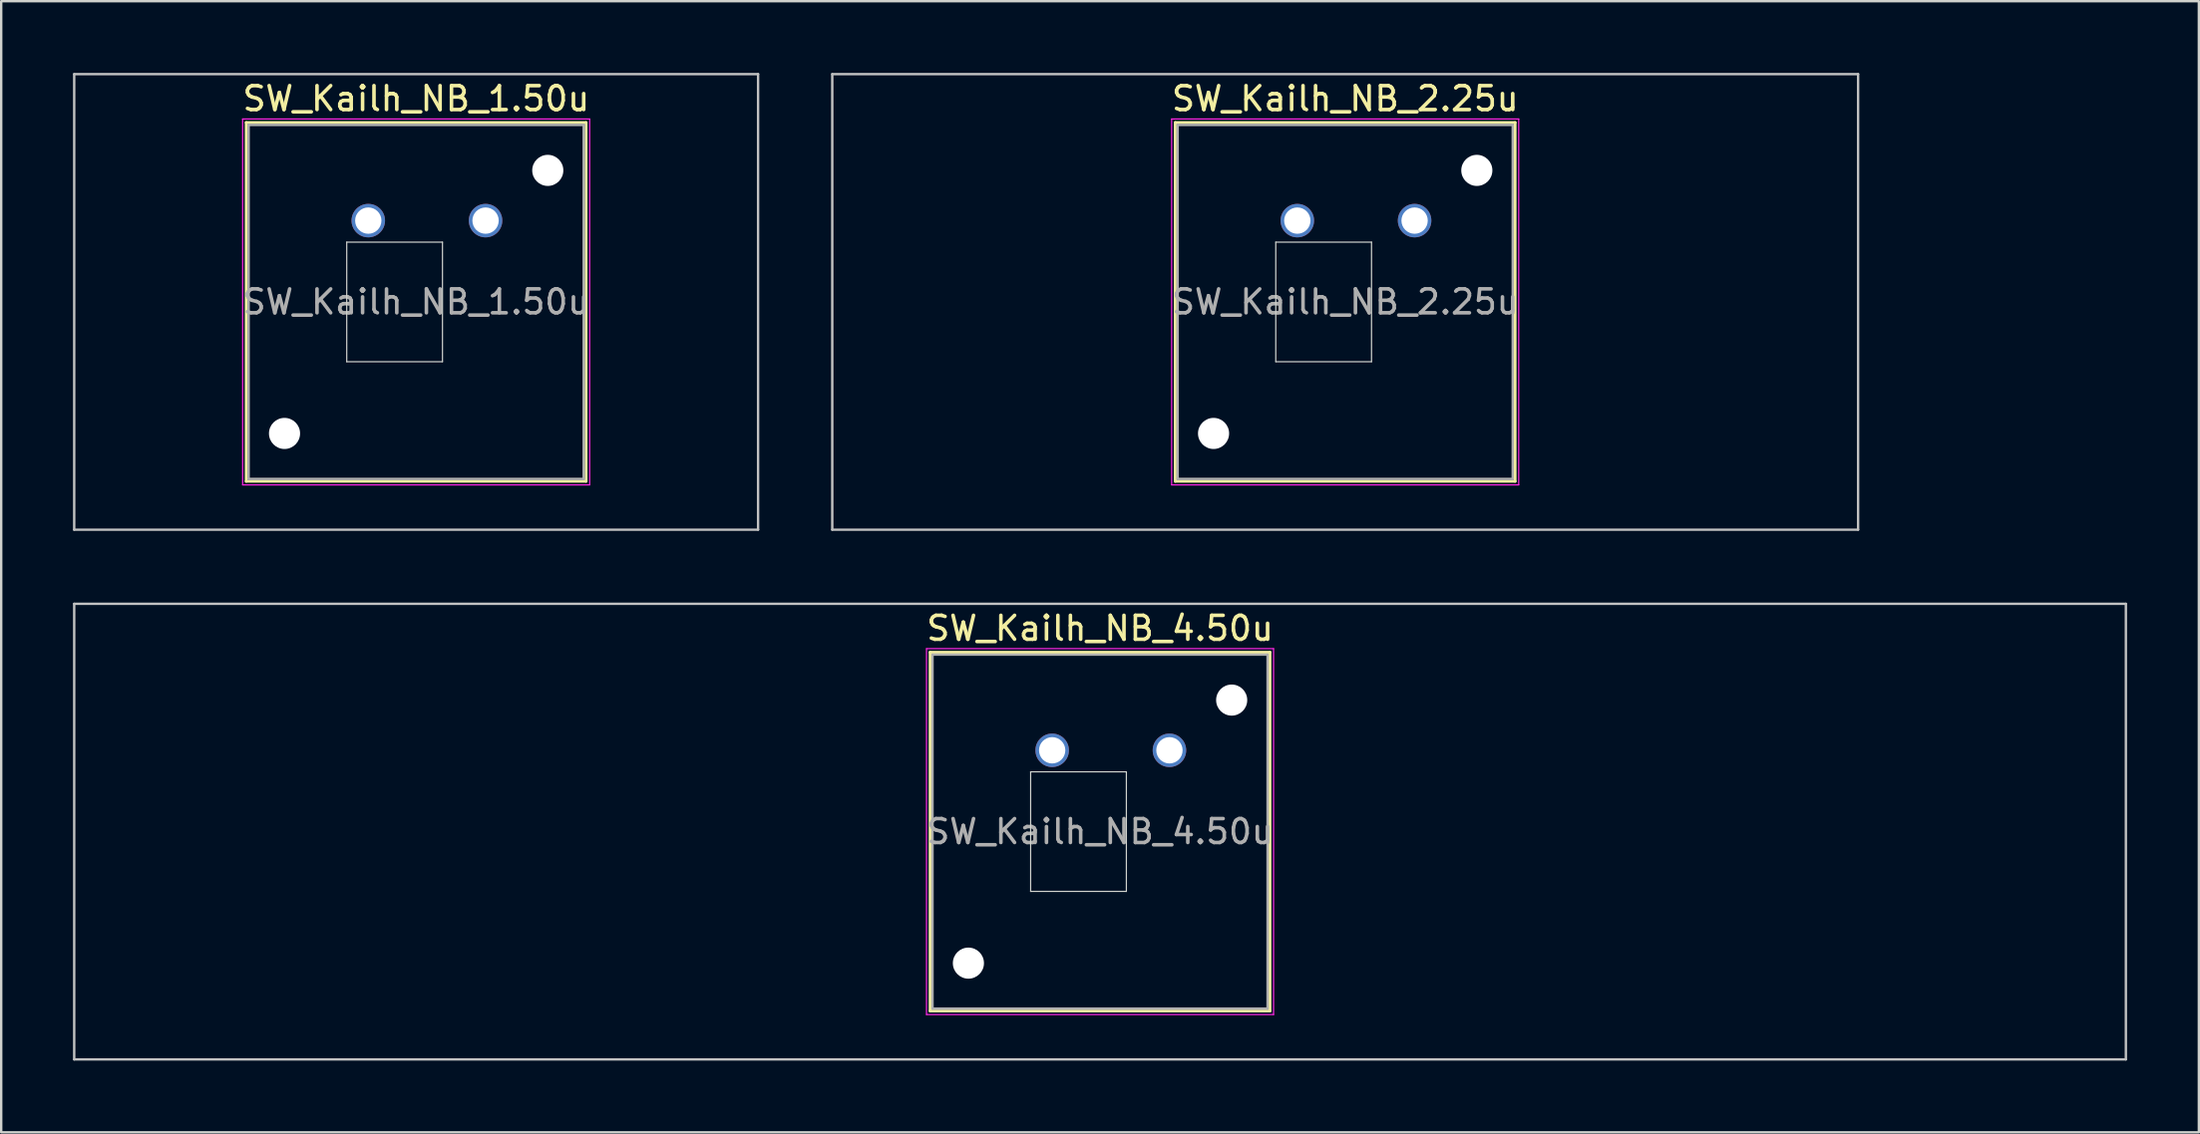
<source format=kicad_pcb>
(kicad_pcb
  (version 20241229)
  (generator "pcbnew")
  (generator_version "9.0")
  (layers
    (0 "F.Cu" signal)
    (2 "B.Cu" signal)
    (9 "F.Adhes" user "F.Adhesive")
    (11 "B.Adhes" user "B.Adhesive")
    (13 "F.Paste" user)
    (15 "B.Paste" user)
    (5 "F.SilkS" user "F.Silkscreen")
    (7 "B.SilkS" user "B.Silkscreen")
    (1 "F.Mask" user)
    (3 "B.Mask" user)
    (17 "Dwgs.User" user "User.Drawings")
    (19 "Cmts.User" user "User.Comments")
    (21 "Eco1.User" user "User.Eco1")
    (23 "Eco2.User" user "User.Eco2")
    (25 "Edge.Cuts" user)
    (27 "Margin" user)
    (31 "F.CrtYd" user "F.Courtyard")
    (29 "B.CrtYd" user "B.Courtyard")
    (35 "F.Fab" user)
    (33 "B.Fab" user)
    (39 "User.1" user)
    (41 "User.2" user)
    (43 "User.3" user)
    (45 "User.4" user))
  (footprint "SW_Kailh_NB_4.50u"
    (layer "F.Cu")
    (at 42.913 31.725)
    (property "Reference" "SW_Kailh_NB_4.50u" (at 0 -8.5 0) (layer "F.SilkS") (effects (font (size 1 1) (thickness 0.15))))
    (attr through_hole)
    (fp_line (start -7.1 -7.5) (end -7.1 7.5) (stroke (width 0.12) (type solid)) (layer "F.SilkS"))
    (fp_line (start -7.1 7.5) (end 7.1 7.5) (stroke (width 0.12) (type solid)) (layer "F.SilkS"))
    (fp_line (start 7.1 -7.5) (end -7.1 -7.5) (stroke (width 0.12) (type solid)) (layer "F.SilkS"))
    (fp_line (start 7.1 7.5) (end 7.1 -7.5) (stroke (width 0.12) (type solid)) (layer "F.SilkS"))
    (fp_line (start -42.862 -9.525) (end -42.862 9.525) (stroke (width 0.1) (type solid)) (layer "Dwgs.User"))
    (fp_line (start -42.862 9.525) (end 42.862 9.525) (stroke (width 0.1) (type solid)) (layer "Dwgs.User"))
    (fp_line (start 42.862 -9.525) (end -42.862 -9.525) (stroke (width 0.1) (type solid)) (layer "Dwgs.User"))
    (fp_line (start 42.862 9.525) (end 42.862 -9.525) (stroke (width 0.1) (type solid)) (layer "Dwgs.User"))
    (fp_line (start -8 -8) (end -8 8) (stroke (width 0.1) (type solid)) (layer "Eco1.User"))
    (fp_line (start -8 8) (end 8 8) (stroke (width 0.1) (type solid)) (layer "Eco1.User"))
    (fp_line (start 8 -8) (end -8 -8) (stroke (width 0.1) (type solid)) (layer "Eco1.User"))
    (fp_line (start 8 8) (end 8 -8) (stroke (width 0.1) (type solid)) (layer "Eco1.User"))
    (fp_line (start -2.9 -2.5) (end 1.1 -2.5) (stroke (width 0.05) (type solid)) (layer "Edge.Cuts"))
    (fp_line (start -2.9 2.5) (end -2.9 -2.5) (stroke (width 0.05) (type solid)) (layer "Edge.Cuts"))
    (fp_line (start 1.1 -2.5) (end 1.1 2.5) (stroke (width 0.05) (type solid)) (layer "Edge.Cuts"))
    (fp_line (start 1.1 2.5) (end -2.9 2.5) (stroke (width 0.05) (type solid)) (layer "Edge.Cuts"))
    (fp_line (start -7.25 -7.65) (end -7.25 7.65) (stroke (width 0.05) (type solid)) (layer "F.CrtYd"))
    (fp_line (start -7.25 7.65) (end 7.25 7.65) (stroke (width 0.05) (type solid)) (layer "F.CrtYd"))
    (fp_line (start 7.25 -7.65) (end -7.25 -7.65) (stroke (width 0.05) (type solid)) (layer "F.CrtYd"))
    (fp_line (start 7.25 7.65) (end 7.25 -7.65) (stroke (width 0.05) (type solid)) (layer "F.CrtYd"))
    (fp_line (start -7 -7.4) (end -7 7.4) (stroke (width 0.1) (type solid)) (layer "F.Fab"))
    (fp_line (start -7 7.4) (end 7 7.4) (stroke (width 0.1) (type solid)) (layer "F.Fab"))
    (fp_line (start 7 -7.4) (end -7 -7.4) (stroke (width 0.1) (type solid)) (layer "F.Fab"))
    (fp_line (start 7 7.4) (end 7 -7.4) (stroke (width 0.1) (type solid)) (layer "F.Fab"))
    (fp_text user "${REFERENCE}" (at 0 0 0) (layer "F.Fab") (effects (font (size 1 1) (thickness 0.15))))
    (pad "" np_thru_hole circle (at -5.5 5.5) (size 1.3 1.3) (drill 1.3) (layers "*.Cu" "*.Mask"))
    (pad "" np_thru_hole circle (at 5.5 -5.5) (size 1.3 1.3) (drill 1.3) (layers "*.Cu" "*.Mask"))
    (pad "1" thru_hole circle (at -2 -3.4) (size 1.4 1.4) (drill 1.1) (layers "*.Cu" "*.Mask"))
    (pad "2" thru_hole circle (at 2.9 -3.4) (size 1.4 1.4) (drill 1.1) (layers "*.Cu" "*.Mask")))
  (footprint "SW_Kailh_NB_2.25u"
    (layer "F.Cu")
    (at 53.156 9.575)
    (property "Reference" "SW_Kailh_NB_2.25u" (at 0 -8.5 0) (layer "F.SilkS") (effects (font (size 1 1) (thickness 0.15))))
    (attr through_hole)
    (fp_line (start -7.1 -7.5) (end -7.1 7.5) (stroke (width 0.12) (type solid)) (layer "F.SilkS"))
    (fp_line (start -7.1 7.5) (end 7.1 7.5) (stroke (width 0.12) (type solid)) (layer "F.SilkS"))
    (fp_line (start 7.1 -7.5) (end -7.1 -7.5) (stroke (width 0.12) (type solid)) (layer "F.SilkS"))
    (fp_line (start 7.1 7.5) (end 7.1 -7.5) (stroke (width 0.12) (type solid)) (layer "F.SilkS"))
    (fp_line (start -21.431 -9.525) (end -21.431 9.525) (stroke (width 0.1) (type solid)) (layer "Dwgs.User"))
    (fp_line (start -21.431 9.525) (end 21.431 9.525) (stroke (width 0.1) (type solid)) (layer "Dwgs.User"))
    (fp_line (start 21.431 -9.525) (end -21.431 -9.525) (stroke (width 0.1) (type solid)) (layer "Dwgs.User"))
    (fp_line (start 21.431 9.525) (end 21.431 -9.525) (stroke (width 0.1) (type solid)) (layer "Dwgs.User"))
    (fp_line (start -8 -8) (end -8 8) (stroke (width 0.1) (type solid)) (layer "Eco1.User"))
    (fp_line (start -8 8) (end 8 8) (stroke (width 0.1) (type solid)) (layer "Eco1.User"))
    (fp_line (start 8 -8) (end -8 -8) (stroke (width 0.1) (type solid)) (layer "Eco1.User"))
    (fp_line (start 8 8) (end 8 -8) (stroke (width 0.1) (type solid)) (layer "Eco1.User"))
    (fp_line (start -2.9 -2.5) (end 1.1 -2.5) (stroke (width 0.05) (type solid)) (layer "Edge.Cuts"))
    (fp_line (start -2.9 2.5) (end -2.9 -2.5) (stroke (width 0.05) (type solid)) (layer "Edge.Cuts"))
    (fp_line (start 1.1 -2.5) (end 1.1 2.5) (stroke (width 0.05) (type solid)) (layer "Edge.Cuts"))
    (fp_line (start 1.1 2.5) (end -2.9 2.5) (stroke (width 0.05) (type solid)) (layer "Edge.Cuts"))
    (fp_line (start -7.25 -7.65) (end -7.25 7.65) (stroke (width 0.05) (type solid)) (layer "F.CrtYd"))
    (fp_line (start -7.25 7.65) (end 7.25 7.65) (stroke (width 0.05) (type solid)) (layer "F.CrtYd"))
    (fp_line (start 7.25 -7.65) (end -7.25 -7.65) (stroke (width 0.05) (type solid)) (layer "F.CrtYd"))
    (fp_line (start 7.25 7.65) (end 7.25 -7.65) (stroke (width 0.05) (type solid)) (layer "F.CrtYd"))
    (fp_line (start -7 -7.4) (end -7 7.4) (stroke (width 0.1) (type solid)) (layer "F.Fab"))
    (fp_line (start -7 7.4) (end 7 7.4) (stroke (width 0.1) (type solid)) (layer "F.Fab"))
    (fp_line (start 7 -7.4) (end -7 -7.4) (stroke (width 0.1) (type solid)) (layer "F.Fab"))
    (fp_line (start 7 7.4) (end 7 -7.4) (stroke (width 0.1) (type solid)) (layer "F.Fab"))
    (fp_text user "${REFERENCE}" (at 0 0 0) (layer "F.Fab") (effects (font (size 1 1) (thickness 0.15))))
    (pad "" np_thru_hole circle (at -5.5 5.5) (size 1.3 1.3) (drill 1.3) (layers "*.Cu" "*.Mask"))
    (pad "" np_thru_hole circle (at 5.5 -5.5) (size 1.3 1.3) (drill 1.3) (layers "*.Cu" "*.Mask"))
    (pad "1" thru_hole circle (at -2 -3.4) (size 1.4 1.4) (drill 1.1) (layers "*.Cu" "*.Mask"))
    (pad "2" thru_hole circle (at 2.9 -3.4) (size 1.4 1.4) (drill 1.1) (layers "*.Cu" "*.Mask")))
  (footprint "SW_Kailh_NB_1.50u"
    (layer "F.Cu")
    (at 14.338 9.575)
    (property "Reference" "SW_Kailh_NB_1.50u" (at 0 -8.5 0) (layer "F.SilkS") (effects (font (size 1 1) (thickness 0.15))))
    (attr through_hole)
    (fp_line (start -7.1 -7.5) (end -7.1 7.5) (stroke (width 0.12) (type solid)) (layer "F.SilkS"))
    (fp_line (start -7.1 7.5) (end 7.1 7.5) (stroke (width 0.12) (type solid)) (layer "F.SilkS"))
    (fp_line (start 7.1 -7.5) (end -7.1 -7.5) (stroke (width 0.12) (type solid)) (layer "F.SilkS"))
    (fp_line (start 7.1 7.5) (end 7.1 -7.5) (stroke (width 0.12) (type solid)) (layer "F.SilkS"))
    (fp_line (start -14.287 -9.525) (end -14.287 9.525) (stroke (width 0.1) (type solid)) (layer "Dwgs.User"))
    (fp_line (start -14.287 9.525) (end 14.287 9.525) (stroke (width 0.1) (type solid)) (layer "Dwgs.User"))
    (fp_line (start 14.287 -9.525) (end -14.287 -9.525) (stroke (width 0.1) (type solid)) (layer "Dwgs.User"))
    (fp_line (start 14.287 9.525) (end 14.287 -9.525) (stroke (width 0.1) (type solid)) (layer "Dwgs.User"))
    (fp_line (start -8 -8) (end -8 8) (stroke (width 0.1) (type solid)) (layer "Eco1.User"))
    (fp_line (start -8 8) (end 8 8) (stroke (width 0.1) (type solid)) (layer "Eco1.User"))
    (fp_line (start 8 -8) (end -8 -8) (stroke (width 0.1) (type solid)) (layer "Eco1.User"))
    (fp_line (start 8 8) (end 8 -8) (stroke (width 0.1) (type solid)) (layer "Eco1.User"))
    (fp_line (start -2.9 -2.5) (end 1.1 -2.5) (stroke (width 0.05) (type solid)) (layer "Edge.Cuts"))
    (fp_line (start -2.9 2.5) (end -2.9 -2.5) (stroke (width 0.05) (type solid)) (layer "Edge.Cuts"))
    (fp_line (start 1.1 -2.5) (end 1.1 2.5) (stroke (width 0.05) (type solid)) (layer "Edge.Cuts"))
    (fp_line (start 1.1 2.5) (end -2.9 2.5) (stroke (width 0.05) (type solid)) (layer "Edge.Cuts"))
    (fp_line (start -7.25 -7.65) (end -7.25 7.65) (stroke (width 0.05) (type solid)) (layer "F.CrtYd"))
    (fp_line (start -7.25 7.65) (end 7.25 7.65) (stroke (width 0.05) (type solid)) (layer "F.CrtYd"))
    (fp_line (start 7.25 -7.65) (end -7.25 -7.65) (stroke (width 0.05) (type solid)) (layer "F.CrtYd"))
    (fp_line (start 7.25 7.65) (end 7.25 -7.65) (stroke (width 0.05) (type solid)) (layer "F.CrtYd"))
    (fp_line (start -7 -7.4) (end -7 7.4) (stroke (width 0.1) (type solid)) (layer "F.Fab"))
    (fp_line (start -7 7.4) (end 7 7.4) (stroke (width 0.1) (type solid)) (layer "F.Fab"))
    (fp_line (start 7 -7.4) (end -7 -7.4) (stroke (width 0.1) (type solid)) (layer "F.Fab"))
    (fp_line (start 7 7.4) (end 7 -7.4) (stroke (width 0.1) (type solid)) (layer "F.Fab"))
    (fp_text user "${REFERENCE}" (at 0 0 0) (layer "F.Fab") (effects (font (size 1 1) (thickness 0.15))))
    (pad "" np_thru_hole circle (at -5.5 5.5) (size 1.3 1.3) (drill 1.3) (layers "*.Cu" "*.Mask"))
    (pad "" np_thru_hole circle (at 5.5 -5.5) (size 1.3 1.3) (drill 1.3) (layers "*.Cu" "*.Mask"))
    (pad "1" thru_hole circle (at -2 -3.4) (size 1.4 1.4) (drill 1.1) (layers "*.Cu" "*.Mask"))
    (pad "2" thru_hole circle (at 2.9 -3.4) (size 1.4 1.4) (drill 1.1) (layers "*.Cu" "*.Mask")))
  (gr_rect
    (start -3 -3)
    (end 88.825 44.3)
    (stroke (width 0.1) (type default))
    (fill no)
    (layer "Edge.Cuts")))
</source>
